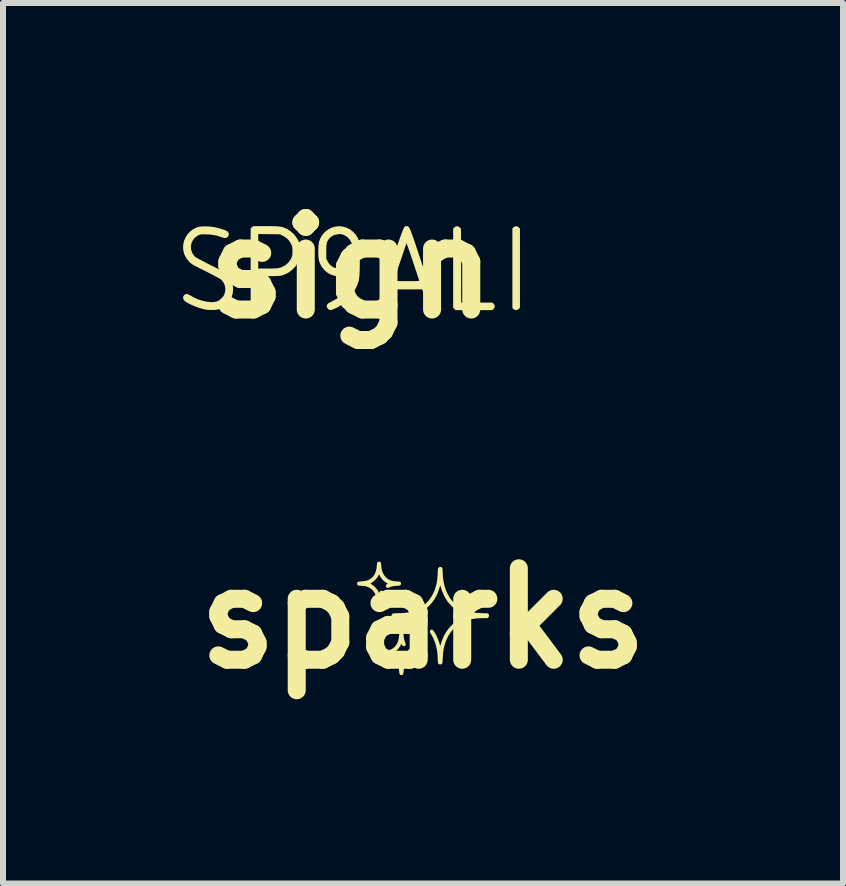
<source format=kicad_pcb>
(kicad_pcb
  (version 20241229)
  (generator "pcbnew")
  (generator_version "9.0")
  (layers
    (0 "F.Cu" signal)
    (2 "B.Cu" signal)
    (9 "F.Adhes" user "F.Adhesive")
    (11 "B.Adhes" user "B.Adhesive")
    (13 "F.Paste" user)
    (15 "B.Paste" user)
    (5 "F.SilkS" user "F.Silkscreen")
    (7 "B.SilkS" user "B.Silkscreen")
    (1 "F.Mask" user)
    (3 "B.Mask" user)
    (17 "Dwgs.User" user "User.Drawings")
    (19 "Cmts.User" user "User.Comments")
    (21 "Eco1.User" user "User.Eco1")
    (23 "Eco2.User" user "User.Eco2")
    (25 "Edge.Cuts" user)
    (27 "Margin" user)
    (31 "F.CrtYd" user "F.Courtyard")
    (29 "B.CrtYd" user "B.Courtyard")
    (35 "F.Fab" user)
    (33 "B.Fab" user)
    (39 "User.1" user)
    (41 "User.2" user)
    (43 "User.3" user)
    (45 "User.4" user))
  (footprint "sparks"
    (layer "F.Cu")
    (at 3.999 7.254)
    (property "Reference" "sparks" (at 0 0 0) (layer "F.SilkS") (effects (font (size 1.524 1.524) (thickness 0.3))))
    (attr through_hole)
    (fp_poly (pts (xy -0.355 0.212) (xy -0.344 0.216) (xy -0.336 0.222) (xy -0.331 0.232) (xy -0.328 0.247) (xy -0.325 0.269) (xy -0.325 0.276) (xy -0.321 0.314) (xy -0.315 0.348) (xy -0.305 0.38) (xy -0.299 0.399) (xy -0.291 0.419) (xy -0.289 0.433) (xy -0.29 0.444) (xy -0.296 0.453) (xy -0.298 0.455) (xy -0.312 0.463) (xy -0.326 0.463) (xy -0.34 0.456) (xy -0.351 0.442) (xy -0.355 0.435) (xy -0.36 0.423) (xy -0.371 0.445) (xy -0.394 0.483) (xy -0.422 0.517) (xy -0.455 0.547) (xy -0.486 0.567) (xy -0.508 0.579) (xy -0.483 0.593) (xy -0.459 0.609) (xy -0.434 0.631) (xy -0.411 0.656) (xy -0.39 0.682) (xy -0.377 0.704) (xy -0.36 0.736) (xy -0.352 0.718) (xy -0.331 0.681) (xy -0.303 0.646) (xy -0.269 0.615) (xy -0.24 0.595) (xy -0.215 0.579) (xy -0.229 0.57) (xy -0.242 0.557) (xy -0.248 0.544) (xy -0.245 0.53) (xy -0.243 0.527) (xy -0.234 0.516) (xy -0.224 0.511) (xy -0.211 0.511) (xy -0.193 0.516) (xy -0.184 0.52) (xy -0.16 0.528) (xy -0.137 0.534) (xy -0.112 0.539) (xy -0.082 0.542) (xy -0.061 0.543) (xy -0.041 0.545) (xy -0.025 0.547) (xy -0.013 0.549) (xy -0.009 0.55) (xy -0.001 0.558) (xy 0.005 0.571) (xy 0.006 0.585) (xy 0.005 0.59) (xy 0.000128 0.599) (xy -0.006 0.606) (xy -0.016 0.61) (xy -0.03 0.613) (xy -0.051 0.615) (xy -0.066 0.616) (xy -0.109 0.62) (xy -0.145 0.626) (xy -0.176 0.636) (xy -0.203 0.65) (xy -0.229 0.668) (xy -0.247 0.685) (xy -0.269 0.71) (xy -0.287 0.736) (xy -0.301 0.765) (xy -0.311 0.798) (xy -0.318 0.837) (xy -0.323 0.874) (xy -0.326 0.901) (xy -0.33 0.92) (xy -0.335 0.933) (xy -0.341 0.941) (xy -0.351 0.945) (xy -0.361 0.945) (xy -0.377 0.942) (xy -0.385 0.936) (xy -0.39 0.929) (xy -0.393 0.921) (xy -0.395 0.907) (xy -0.397 0.888) (xy -0.397 0.882) (xy -0.404 0.827) (xy -0.416 0.778) (xy -0.435 0.736) (xy -0.459 0.699) (xy -0.489 0.67) (xy -0.525 0.646) (xy -0.566 0.629) (xy -0.613 0.619) (xy -0.666 0.615) (xy -0.673 0.615) (xy -0.696 0.613) (xy -0.712 0.608) (xy -0.722 0.599) (xy -0.726 0.585) (xy -0.726 0.58) (xy -0.724 0.567) (xy -0.718 0.557) (xy -0.706 0.549) (xy -0.688 0.545) (xy -0.664 0.542) (xy -0.634 0.541) (xy -0.612 0.54) (xy -0.585 0.534) (xy -0.559 0.527) (xy -0.534 0.518) (xy -0.526 0.514) (xy -0.511 0.505) (xy -0.494 0.493) (xy -0.481 0.483) (xy -0.455 0.454) (xy -0.434 0.422) (xy -0.417 0.385) (xy -0.406 0.342) (xy -0.399 0.292) (xy -0.399 0.291) (xy -0.397 0.27) (xy -0.395 0.252) (xy -0.393 0.239) (xy -0.391 0.232) (xy -0.391 0.232) (xy -0.382 0.221) (xy -0.37 0.214) (xy -0.357 0.212)) (stroke (width 0) (type solid)) (fill yes) (layer "F.SilkS"))
    (fp_poly (pts (xy -0.716 -0.943) (xy -0.706 -0.935) (xy -0.7 -0.919) (xy -0.696 -0.896) (xy -0.696 -0.884) (xy -0.692 -0.839) (xy -0.682 -0.794) (xy -0.667 -0.752) (xy -0.645 -0.715) (xy -0.621 -0.685) (xy -0.594 -0.662) (xy -0.565 -0.644) (xy -0.531 -0.63) (xy -0.491 -0.621) (xy -0.446 -0.616) (xy -0.436 -0.616) (xy -0.414 -0.614) (xy -0.399 -0.613) (xy -0.388 -0.611) (xy -0.382 -0.608) (xy -0.376 -0.605) (xy -0.375 -0.603) (xy -0.367 -0.59) (xy -0.366 -0.574) (xy -0.373 -0.559) (xy -0.375 -0.557) (xy -0.379 -0.553) (xy -0.384 -0.549) (xy -0.392 -0.547) (xy -0.403 -0.545) (xy -0.42 -0.544) (xy -0.444 -0.542) (xy -0.445 -0.542) (xy -0.472 -0.54) (xy -0.494 -0.537) (xy -0.514 -0.533) (xy -0.534 -0.527) (xy -0.557 -0.519) (xy -0.572 -0.513) (xy -0.584 -0.509) (xy -0.592 -0.508) (xy -0.599 -0.51) (xy -0.604 -0.513) (xy -0.616 -0.525) (xy -0.62 -0.539) (xy -0.617 -0.554) (xy -0.607 -0.566) (xy -0.603 -0.569) (xy -0.594 -0.575) (xy -0.589 -0.58) (xy -0.589 -0.58) (xy -0.592 -0.583) (xy -0.601 -0.589) (xy -0.609 -0.593) (xy -0.646 -0.617) (xy -0.679 -0.649) (xy -0.708 -0.689) (xy -0.719 -0.708) (xy -0.733 -0.734) (xy -0.748 -0.705) (xy -0.762 -0.682) (xy -0.782 -0.658) (xy -0.804 -0.634) (xy -0.828 -0.613) (xy -0.85 -0.598) (xy -0.85 -0.597) (xy -0.863 -0.589) (xy -0.873 -0.583) (xy -0.876 -0.58) (xy -0.876 -0.58) (xy -0.873 -0.577) (xy -0.864 -0.571) (xy -0.854 -0.565) (xy -0.829 -0.547) (xy -0.803 -0.524) (xy -0.779 -0.498) (xy -0.758 -0.471) (xy -0.743 -0.444) (xy -0.739 -0.435) (xy -0.734 -0.423) (xy -0.726 -0.439) (xy -0.714 -0.455) (xy -0.701 -0.463) (xy -0.687 -0.464) (xy -0.673 -0.457) (xy -0.671 -0.455) (xy -0.663 -0.442) (xy -0.663 -0.425) (xy -0.669 -0.404) (xy -0.67 -0.401) (xy -0.68 -0.372) (xy -0.689 -0.336) (xy -0.694 -0.296) (xy -0.696 -0.278) (xy -0.698 -0.256) (xy -0.7 -0.241) (xy -0.702 -0.231) (xy -0.706 -0.225) (xy -0.707 -0.224) (xy -0.721 -0.215) (xy -0.737 -0.213) (xy -0.746 -0.215) (xy -0.755 -0.22) (xy -0.762 -0.229) (xy -0.766 -0.243) (xy -0.769 -0.262) (xy -0.771 -0.284) (xy -0.777 -0.337) (xy -0.789 -0.384) (xy -0.808 -0.426) (xy -0.832 -0.461) (xy -0.863 -0.49) (xy -0.899 -0.513) (xy -0.905 -0.516) (xy -0.925 -0.525) (xy -0.945 -0.532) (xy -0.966 -0.537) (xy -0.99 -0.54) (xy -1.02 -0.543) (xy -1.033 -0.543) (xy -1.054 -0.545) (xy -1.069 -0.546) (xy -1.078 -0.548) (xy -1.084 -0.551) (xy -1.089 -0.555) (xy -1.09 -0.557) (xy -1.099 -0.571) (xy -1.099 -0.587) (xy -1.092 -0.601) (xy -1.09 -0.603) (xy -1.085 -0.607) (xy -1.079 -0.61) (xy -1.07 -0.612) (xy -1.057 -0.614) (xy -1.037 -0.615) (xy -1.026 -0.616) (xy -0.974 -0.622) (xy -0.928 -0.633) (xy -0.888 -0.651) (xy -0.853 -0.675) (xy -0.825 -0.706) (xy -0.803 -0.742) (xy -0.786 -0.785) (xy -0.775 -0.834) (xy -0.77 -0.882) (xy -0.768 -0.903) (xy -0.767 -0.917) (xy -0.765 -0.927) (xy -0.762 -0.932) (xy -0.757 -0.937) (xy -0.757 -0.937) (xy -0.742 -0.944) (xy -0.725 -0.945)) (stroke (width 0) (type solid)) (fill yes) (layer "F.SilkS"))
    (fp_poly (pts (xy 0.305 -0.853) (xy 0.314 -0.847) (xy 0.32 -0.84) (xy 0.324 -0.83) (xy 0.326 -0.814) (xy 0.327 -0.792) (xy 0.327 -0.788) (xy 0.33 -0.703) (xy 0.34 -0.623) (xy 0.356 -0.547) (xy 0.379 -0.476) (xy 0.408 -0.41) (xy 0.442 -0.35) (xy 0.483 -0.295) (xy 0.528 -0.246) (xy 0.58 -0.203) (xy 0.636 -0.167) (xy 0.698 -0.137) (xy 0.737 -0.122) (xy 0.771 -0.112) (xy 0.804 -0.104) (xy 0.837 -0.098) (xy 0.873 -0.093) (xy 0.913 -0.09) (xy 0.96 -0.087) (xy 0.983 -0.087) (xy 1.079 -0.084) (xy 1.09 -0.072) (xy 1.099 -0.056) (xy 1.1 -0.039) (xy 1.092 -0.022) (xy 1.087 -0.017) (xy 1.075 -0.004) (xy 1.003 -0.004) (xy 0.933 -0.002) (xy 0.869 0.003) (xy 0.81 0.013) (xy 0.754 0.028) (xy 0.737 0.033) (xy 0.672 0.058) (xy 0.613 0.091) (xy 0.558 0.13) (xy 0.508 0.175) (xy 0.464 0.227) (xy 0.426 0.285) (xy 0.394 0.348) (xy 0.368 0.417) (xy 0.356 0.46) (xy 0.345 0.506) (xy 0.338 0.552) (xy 0.332 0.601) (xy 0.329 0.654) (xy 0.328 0.672) (xy 0.327 0.699) (xy 0.326 0.719) (xy 0.324 0.733) (xy 0.323 0.742) (xy 0.32 0.749) (xy 0.317 0.753) (xy 0.316 0.755) (xy 0.304 0.764) (xy 0.288 0.767) (xy 0.272 0.766) (xy 0.268 0.764) (xy 0.259 0.758) (xy 0.253 0.749) (xy 0.249 0.736) (xy 0.247 0.717) (xy 0.245 0.692) (xy 0.245 0.675) (xy 0.242 0.603) (xy 0.233 0.532) (xy 0.218 0.463) (xy 0.198 0.397) (xy 0.174 0.336) (xy 0.145 0.28) (xy 0.134 0.263) (xy 0.125 0.248) (xy 0.118 0.236) (xy 0.114 0.227) (xy 0.114 0.227) (xy 0.114 0.214) (xy 0.119 0.201) (xy 0.129 0.191) (xy 0.133 0.189) (xy 0.146 0.187) (xy 0.159 0.191) (xy 0.172 0.203) (xy 0.183 0.218) (xy 0.213 0.268) (xy 0.238 0.32) (xy 0.26 0.375) (xy 0.273 0.415) (xy 0.287 0.462) (xy 0.292 0.443) (xy 0.295 0.43) (xy 0.301 0.413) (xy 0.307 0.392) (xy 0.312 0.378) (xy 0.341 0.307) (xy 0.376 0.241) (xy 0.417 0.181) (xy 0.465 0.126) (xy 0.518 0.078) (xy 0.576 0.037) (xy 0.64 0.002) (xy 0.708 -0.027) (xy 0.72 -0.031) (xy 0.764 -0.045) (xy 0.714 -0.061) (xy 0.665 -0.08) (xy 0.615 -0.104) (xy 0.568 -0.131) (xy 0.541 -0.149) (xy 0.515 -0.169) (xy 0.487 -0.195) (xy 0.459 -0.224) (xy 0.432 -0.253) (xy 0.408 -0.282) (xy 0.394 -0.303) (xy 0.365 -0.35) (xy 0.339 -0.404) (xy 0.315 -0.46) (xy 0.297 -0.516) (xy 0.292 -0.533) (xy 0.287 -0.552) (xy 0.273 -0.505) (xy 0.249 -0.434) (xy 0.22 -0.369) (xy 0.185 -0.31) (xy 0.145 -0.256) (xy 0.103 -0.21) (xy 0.049 -0.162) (xy -0.009 -0.121) (xy -0.071 -0.088) (xy -0.139 -0.061) (xy -0.148 -0.058) (xy -0.191 -0.044) (xy -0.159 -0.035) (xy -0.121 -0.022) (xy -0.081 -0.005) (xy -0.043 0.013) (xy -0.024 0.023) (xy -0.004 0.035) (xy 0.016 0.048) (xy 0.034 0.062) (xy 0.051 0.075) (xy 0.064 0.086) (xy 0.072 0.094) (xy 0.074 0.098) (xy 0.072 0.118) (xy 0.064 0.131) (xy 0.051 0.139) (xy 0.049 0.139) (xy 0.043 0.14) (xy 0.037 0.14) (xy 0.029 0.137) (xy 0.019 0.13) (xy 0.004 0.12) (xy -0.012 0.109) (xy -0.062 0.077) (xy -0.117 0.05) (xy -0.175 0.029) (xy -0.238 0.013) (xy -0.307 0.002) (xy -0.381 -0.003) (xy -0.433 -0.004) (xy -0.458 -0.004) (xy -0.476 -0.005) (xy -0.488 -0.005) (xy -0.497 -0.007) (xy -0.503 -0.009) (xy -0.508 -0.013) (xy -0.511 -0.015) (xy -0.522 -0.029) (xy -0.526 -0.045) (xy -0.522 -0.059) (xy -0.519 -0.066) (xy -0.515 -0.072) (xy -0.51 -0.077) (xy -0.502 -0.08) (xy -0.49 -0.082) (xy -0.474 -0.084) (xy -0.452 -0.085) (xy -0.424 -0.086) (xy -0.4 -0.087) (xy -0.359 -0.088) (xy -0.325 -0.09) (xy -0.295 -0.092) (xy -0.269 -0.096) (xy -0.244 -0.1) (xy -0.218 -0.106) (xy -0.196 -0.112) (xy -0.128 -0.135) (xy -0.065 -0.165) (xy -0.008 -0.202) (xy 0.045 -0.245) (xy 0.092 -0.295) (xy 0.133 -0.351) (xy 0.165 -0.407) (xy 0.191 -0.465) (xy 0.211 -0.524) (xy 0.227 -0.586) (xy 0.237 -0.653) (xy 0.243 -0.725) (xy 0.244 -0.749) (xy 0.245 -0.778) (xy 0.246 -0.799) (xy 0.247 -0.815) (xy 0.249 -0.826) (xy 0.251 -0.833) (xy 0.253 -0.838) (xy 0.256 -0.843) (xy 0.257 -0.844) (xy 0.273 -0.855) (xy 0.289 -0.858)) (stroke (width 0) (type solid)) (fill yes) (layer "F.SilkS")))
  (footprint "sign"
    (layer "F.Cu")
    (at 2.807 1.418)
    (property "Reference" "sign" (at 0 0 0) (layer "F.SilkS") (effects (font (size 1.524 1.524) (thickness 0.3))))
    (attr through_hole)
    (fp_poly (pts (xy 2.751 -0.698) (xy 2.775 -0.689) (xy 2.792 -0.675) (xy 2.807 -0.657) (xy 2.807 0.659) (xy 2.787 0.68) (xy 2.762 0.696) (xy 2.735 0.7) (xy 2.709 0.69) (xy 2.7 0.683) (xy 2.681 0.666) (xy 2.681 -0.664) (xy 2.704 -0.683) (xy 2.722 -0.695) (xy 2.739 -0.699)) (stroke (width 0) (type solid)) (fill yes) (layer "F.SilkS"))
    (fp_poly (pts (xy 1.784 -0.693) (xy 1.8 -0.68) (xy 1.824 -0.659) (xy 1.826 -0.043) (xy 1.828 0.574) (xy 2.348 0.574) (xy 2.368 0.593) (xy 2.384 0.617) (xy 2.387 0.642) (xy 2.377 0.668) (xy 2.367 0.68) (xy 2.346 0.7) (xy 1.735 0.7) (xy 1.694 0.659) (xy 1.694 -0.657) (xy 1.71 -0.675) (xy 1.73 -0.691) (xy 1.751 -0.698) (xy 1.769 -0.699)) (stroke (width 0) (type solid)) (fill yes) (layer "F.SilkS"))
    (fp_poly (pts (xy -1.426 -0.7) (xy -1.357 -0.7) (xy -1.301 -0.699) (xy -1.254 -0.698) (xy -1.216 -0.695) (xy -1.185 -0.691) (xy -1.158 -0.686) (xy -1.134 -0.679) (xy -1.111 -0.67) (xy -1.086 -0.658) (xy -1.072 -0.651) (xy -1.009 -0.61) (xy -0.955 -0.561) (xy -0.912 -0.504) (xy -0.879 -0.441) (xy -0.858 -0.374) (xy -0.849 -0.303) (xy -0.851 -0.231) (xy -0.867 -0.159) (xy -0.894 -0.091) (xy -0.93 -0.034) (xy -0.977 0.018) (xy -1.033 0.063) (xy -1.094 0.098) (xy -1.158 0.122) (xy -1.159 0.122) (xy -1.176 0.126) (xy -1.199 0.129) (xy -1.228 0.131) (xy -1.265 0.132) (xy -1.313 0.133) (xy -1.372 0.133) (xy -1.377 0.133) (xy -1.554 0.133) (xy -1.554 0.659) (xy -1.575 0.68) (xy -1.6 0.696) (xy -1.626 0.7) (xy -1.652 0.69) (xy -1.662 0.683) (xy -1.68 0.666) (xy -1.68 0.007) (xy -1.554 0.007) (xy -1.405 0.007) (xy -1.358 0.007) (xy -1.312 0.006) (xy -1.272 0.004) (xy -1.239 0.002) (xy -1.217 -0.000144) (xy -1.215 -0.001) (xy -1.158 -0.018) (xy -1.105 -0.047) (xy -1.059 -0.086) (xy -1.021 -0.134) (xy -1.003 -0.166) (xy -0.994 -0.187) (xy -0.988 -0.205) (xy -0.985 -0.226) (xy -0.984 -0.253) (xy -0.984 -0.28) (xy -0.984 -0.314) (xy -0.986 -0.339) (xy -0.989 -0.359) (xy -0.995 -0.377) (xy -1.005 -0.4) (xy -1.006 -0.4) (xy -1.036 -0.453) (xy -1.074 -0.494) (xy -1.121 -0.527) (xy -1.14 -0.537) (xy -1.193 -0.564) (xy -1.374 -0.566) (xy -1.554 -0.568) (xy -1.554 0.007) (xy -1.68 0.007) (xy -1.68 -0.664) (xy -1.659 -0.682) (xy -1.637 -0.7)) (stroke (width 0) (type solid)) (fill yes) (layer "F.SilkS"))
    (fp_poly (pts (xy -0.152 -0.694) (xy -0.088 -0.677) (xy -0.028 -0.647) (xy 0.025 -0.607) (xy 0.07 -0.559) (xy 0.105 -0.503) (xy 0.128 -0.442) (xy 0.133 -0.422) (xy 0.136 -0.402) (xy 0.137 -0.369) (xy 0.139 -0.321) (xy 0.139 -0.259) (xy 0.139 -0.184) (xy 0.138 -0.117) (xy 0.138 -0.043) (xy 0.137 0.019) (xy 0.135 0.071) (xy 0.133 0.114) (xy 0.13 0.149) (xy 0.126 0.18) (xy 0.121 0.207) (xy 0.114 0.232) (xy 0.105 0.257) (xy 0.095 0.284) (xy 0.082 0.314) (xy 0.081 0.315) (xy 0.039 0.396) (xy -0.015 0.472) (xy -0.079 0.541) (xy -0.15 0.601) (xy -0.227 0.651) (xy -0.281 0.676) (xy -0.313 0.689) (xy -0.335 0.697) (xy -0.351 0.699) (xy -0.364 0.697) (xy -0.377 0.69) (xy -0.396 0.674) (xy -0.409 0.652) (xy -0.413 0.636) (xy -0.41 0.617) (xy -0.401 0.601) (xy -0.384 0.585) (xy -0.356 0.569) (xy -0.33 0.556) (xy -0.249 0.511) (xy -0.178 0.456) (xy -0.118 0.392) (xy -0.068 0.32) (xy -0.029 0.241) (xy -0.004 0.159) (xy 0.000266 0.14) (xy -0.1 0.14) (xy -0.163 0.139) (xy -0.214 0.136) (xy -0.257 0.132) (xy -0.294 0.124) (xy -0.326 0.114) (xy -0.356 0.102) (xy -0.411 0.068) (xy -0.46 0.024) (xy -0.5 -0.029) (xy -0.53 -0.087) (xy -0.545 -0.139) (xy -0.549 -0.168) (xy -0.552 -0.208) (xy -0.553 -0.253) (xy -0.553 -0.276) (xy -0.42 -0.276) (xy -0.42 -0.155) (xy -0.397 -0.111) (xy -0.371 -0.07) (xy -0.339 -0.04) (xy -0.318 -0.025) (xy -0.298 -0.014) (xy -0.276 -0.005) (xy -0.25 0.000263) (xy -0.217 0.004) (xy -0.176 0.006) (xy -0.123 0.006) (xy -0.113 0.007) (xy 0.015 0.007) (xy 0.013 -0.198) (xy 0.012 -0.257) (xy 0.011 -0.304) (xy 0.01 -0.341) (xy 0.009 -0.369) (xy 0.008 -0.39) (xy 0.005 -0.405) (xy 0.002 -0.417) (xy -0.001 -0.428) (xy -0.005 -0.435) (xy -0.033 -0.481) (xy -0.072 -0.52) (xy -0.118 -0.548) (xy -0.12 -0.549) (xy -0.145 -0.56) (xy -0.165 -0.565) (xy -0.188 -0.567) (xy -0.216 -0.566) (xy -0.271 -0.557) (xy -0.317 -0.538) (xy -0.357 -0.507) (xy -0.37 -0.494) (xy -0.386 -0.473) (xy -0.399 -0.453) (xy -0.408 -0.43) (xy -0.414 -0.403) (xy -0.418 -0.37) (xy -0.42 -0.327) (xy -0.42 -0.276) (xy -0.553 -0.276) (xy -0.553 -0.301) (xy -0.551 -0.349) (xy -0.548 -0.392) (xy -0.543 -0.426) (xy -0.54 -0.442) (xy -0.517 -0.503) (xy -0.483 -0.558) (xy -0.44 -0.605) (xy -0.389 -0.644) (xy -0.332 -0.674) (xy -0.27 -0.692) (xy -0.207 -0.699)) (stroke (width 0) (type solid)) (fill yes) (layer "F.SilkS"))
    (fp_poly (pts (xy 0.932 -0.7) (xy 0.939 -0.698) (xy 0.946 -0.694) (xy 0.952 -0.688) (xy 0.96 -0.678) (xy 0.968 -0.664) (xy 0.977 -0.645) (xy 0.987 -0.62) (xy 0.999 -0.589) (xy 1.013 -0.55) (xy 1.03 -0.504) (xy 1.049 -0.448) (xy 1.071 -0.383) (xy 1.096 -0.308) (xy 1.125 -0.222) (xy 1.158 -0.124) (xy 1.194 -0.015) (xy 1.233 0.103) (xy 1.268 0.208) (xy 1.298 0.301) (xy 1.324 0.381) (xy 1.347 0.451) (xy 1.365 0.509) (xy 1.38 0.556) (xy 1.391 0.594) (xy 1.399 0.621) (xy 1.403 0.639) (xy 1.404 0.648) (xy 1.404 0.649) (xy 1.392 0.674) (xy 1.37 0.692) (xy 1.345 0.7) (xy 1.341 0.7) (xy 1.326 0.699) (xy 1.313 0.695) (xy 1.302 0.687) (xy 1.291 0.674) (xy 1.28 0.653) (xy 1.268 0.623) (xy 1.254 0.584) (xy 1.237 0.533) (xy 1.23 0.511) (xy 1.179 0.354) (xy 0.655 0.354) (xy 0.605 0.511) (xy 0.587 0.564) (xy 0.573 0.606) (xy 0.562 0.637) (xy 0.552 0.659) (xy 0.544 0.674) (xy 0.537 0.683) (xy 0.536 0.684) (xy 0.511 0.697) (xy 0.483 0.699) (xy 0.456 0.688) (xy 0.453 0.686) (xy 0.439 0.669) (xy 0.431 0.652) (xy 0.431 0.645) (xy 0.433 0.633) (xy 0.438 0.614) (xy 0.446 0.588) (xy 0.456 0.554) (xy 0.469 0.511) (xy 0.486 0.46) (xy 0.505 0.398) (xy 0.529 0.327) (xy 0.556 0.244) (xy 0.567 0.212) (xy 0.707 0.212) (xy 0.714 0.213) (xy 0.733 0.214) (xy 0.762 0.215) (xy 0.801 0.216) (xy 0.846 0.217) (xy 0.898 0.217) (xy 0.917 0.217) (xy 0.97 0.217) (xy 1.018 0.216) (xy 1.059 0.216) (xy 1.092 0.215) (xy 1.115 0.214) (xy 1.126 0.212) (xy 1.127 0.212) (xy 1.125 0.203) (xy 1.119 0.182) (xy 1.11 0.152) (xy 1.097 0.114) (xy 1.083 0.069) (xy 1.066 0.019) (xy 1.049 -0.034) (xy 1.03 -0.089) (xy 1.012 -0.145) (xy 0.993 -0.199) (xy 0.976 -0.251) (xy 0.959 -0.298) (xy 0.945 -0.339) (xy 0.933 -0.373) (xy 0.924 -0.398) (xy 0.918 -0.412) (xy 0.917 -0.415) (xy 0.914 -0.408) (xy 0.907 -0.388) (xy 0.897 -0.359) (xy 0.884 -0.322) (xy 0.869 -0.277) (xy 0.852 -0.227) (xy 0.834 -0.174) (xy 0.815 -0.118) (xy 0.796 -0.062) (xy 0.778 -0.007) (xy 0.761 0.045) (xy 0.745 0.093) (xy 0.731 0.135) (xy 0.72 0.169) (xy 0.712 0.195) (xy 0.708 0.209) (xy 0.707 0.212) (xy 0.567 0.212) (xy 0.588 0.15) (xy 0.623 0.043) (xy 0.644 -0.019) (xy 0.681 -0.129) (xy 0.713 -0.226) (xy 0.742 -0.312) (xy 0.767 -0.387) (xy 0.789 -0.451) (xy 0.808 -0.506) (xy 0.825 -0.552) (xy 0.839 -0.59) (xy 0.851 -0.621) (xy 0.861 -0.646) (xy 0.87 -0.665) (xy 0.878 -0.679) (xy 0.885 -0.688) (xy 0.891 -0.695) (xy 0.898 -0.698) (xy 0.904 -0.7) (xy 0.911 -0.7) (xy 0.917 -0.7) (xy 0.925 -0.7)) (stroke (width 0) (type solid)) (fill yes) (layer "F.SilkS"))
    (fp_poly (pts (xy -2.384 -0.695) (xy -2.328 -0.69) (xy -2.274 -0.681) (xy -2.27 -0.68) (xy -2.216 -0.667) (xy -2.166 -0.653) (xy -2.123 -0.639) (xy -2.089 -0.625) (xy -2.067 -0.611) (xy -2.06 -0.605) (xy -2.046 -0.58) (xy -2.045 -0.554) (xy -2.054 -0.53) (xy -2.074 -0.511) (xy -2.089 -0.504) (xy -2.105 -0.501) (xy -2.122 -0.502) (xy -2.144 -0.509) (xy -2.15 -0.511) (xy -2.246 -0.542) (xy -2.346 -0.559) (xy -2.429 -0.563) (xy -2.468 -0.563) (xy -2.495 -0.563) (xy -2.515 -0.561) (xy -2.53 -0.558) (xy -2.543 -0.552) (xy -2.559 -0.544) (xy -2.561 -0.543) (xy -2.606 -0.511) (xy -2.64 -0.471) (xy -2.663 -0.425) (xy -2.675 -0.375) (xy -2.675 -0.324) (xy -2.661 -0.272) (xy -2.654 -0.255) (xy -2.638 -0.229) (xy -2.62 -0.204) (xy -2.606 -0.189) (xy -2.594 -0.181) (xy -2.571 -0.167) (xy -2.538 -0.149) (xy -2.498 -0.128) (xy -2.452 -0.104) (xy -2.401 -0.077) (xy -2.349 -0.051) (xy -2.288 -0.021) (xy -2.239 0.005) (xy -2.199 0.025) (xy -2.167 0.042) (xy -2.143 0.056) (xy -2.123 0.068) (xy -2.108 0.079) (xy -2.095 0.09) (xy -2.083 0.101) (xy -2.075 0.108) (xy -2.03 0.162) (xy -1.998 0.22) (xy -1.979 0.284) (xy -1.972 0.354) (xy -1.972 0.354) (xy -1.979 0.42) (xy -1.998 0.484) (xy -2.029 0.542) (xy -2.071 0.594) (xy -2.121 0.638) (xy -2.18 0.672) (xy -2.191 0.676) (xy -2.218 0.686) (xy -2.244 0.692) (xy -2.274 0.696) (xy -2.307 0.697) (xy -2.343 0.697) (xy -2.379 0.696) (xy -2.409 0.694) (xy -2.419 0.693) (xy -2.467 0.683) (xy -2.521 0.668) (xy -2.577 0.649) (xy -2.632 0.628) (xy -2.683 0.604) (xy -2.728 0.581) (xy -2.765 0.558) (xy -2.783 0.543) (xy -2.801 0.518) (xy -2.807 0.492) (xy -2.802 0.467) (xy -2.785 0.446) (xy -2.763 0.434) (xy -2.755 0.432) (xy -2.746 0.431) (xy -2.736 0.432) (xy -2.723 0.437) (xy -2.704 0.446) (xy -2.677 0.46) (xy -2.641 0.48) (xy -2.631 0.486) (xy -2.565 0.517) (xy -2.493 0.541) (xy -2.419 0.558) (xy -2.348 0.566) (xy -2.303 0.566) (xy -2.249 0.557) (xy -2.202 0.536) (xy -2.162 0.504) (xy -2.148 0.488) (xy -2.121 0.443) (xy -2.106 0.394) (xy -2.102 0.343) (xy -2.11 0.293) (xy -2.129 0.246) (xy -2.159 0.205) (xy -2.171 0.193) (xy -2.185 0.183) (xy -2.211 0.167) (xy -2.248 0.147) (xy -2.294 0.122) (xy -2.349 0.093) (xy -2.412 0.061) (xy -2.431 0.052) (xy -2.492 0.021) (xy -2.541 -0.004) (xy -2.581 -0.024) (xy -2.613 -0.041) (xy -2.638 -0.055) (xy -2.658 -0.067) (xy -2.673 -0.078) (xy -2.686 -0.089) (xy -2.698 -0.099) (xy -2.706 -0.107) (xy -2.749 -0.16) (xy -2.78 -0.217) (xy -2.799 -0.276) (xy -2.807 -0.338) (xy -2.803 -0.399) (xy -2.789 -0.459) (xy -2.764 -0.516) (xy -2.729 -0.568) (xy -2.685 -0.614) (xy -2.631 -0.653) (xy -2.572 -0.68) (xy -2.537 -0.689) (xy -2.492 -0.695) (xy -2.44 -0.696)) (stroke (width 0) (type solid)) (fill yes) (layer "F.SilkS")))
  (gr_rect
    (start -3 -3)
    (end 10.997 11.672)
    (stroke (width 0.1) (type default))
    (fill no)
    (layer "Edge.Cuts")))
</source>
